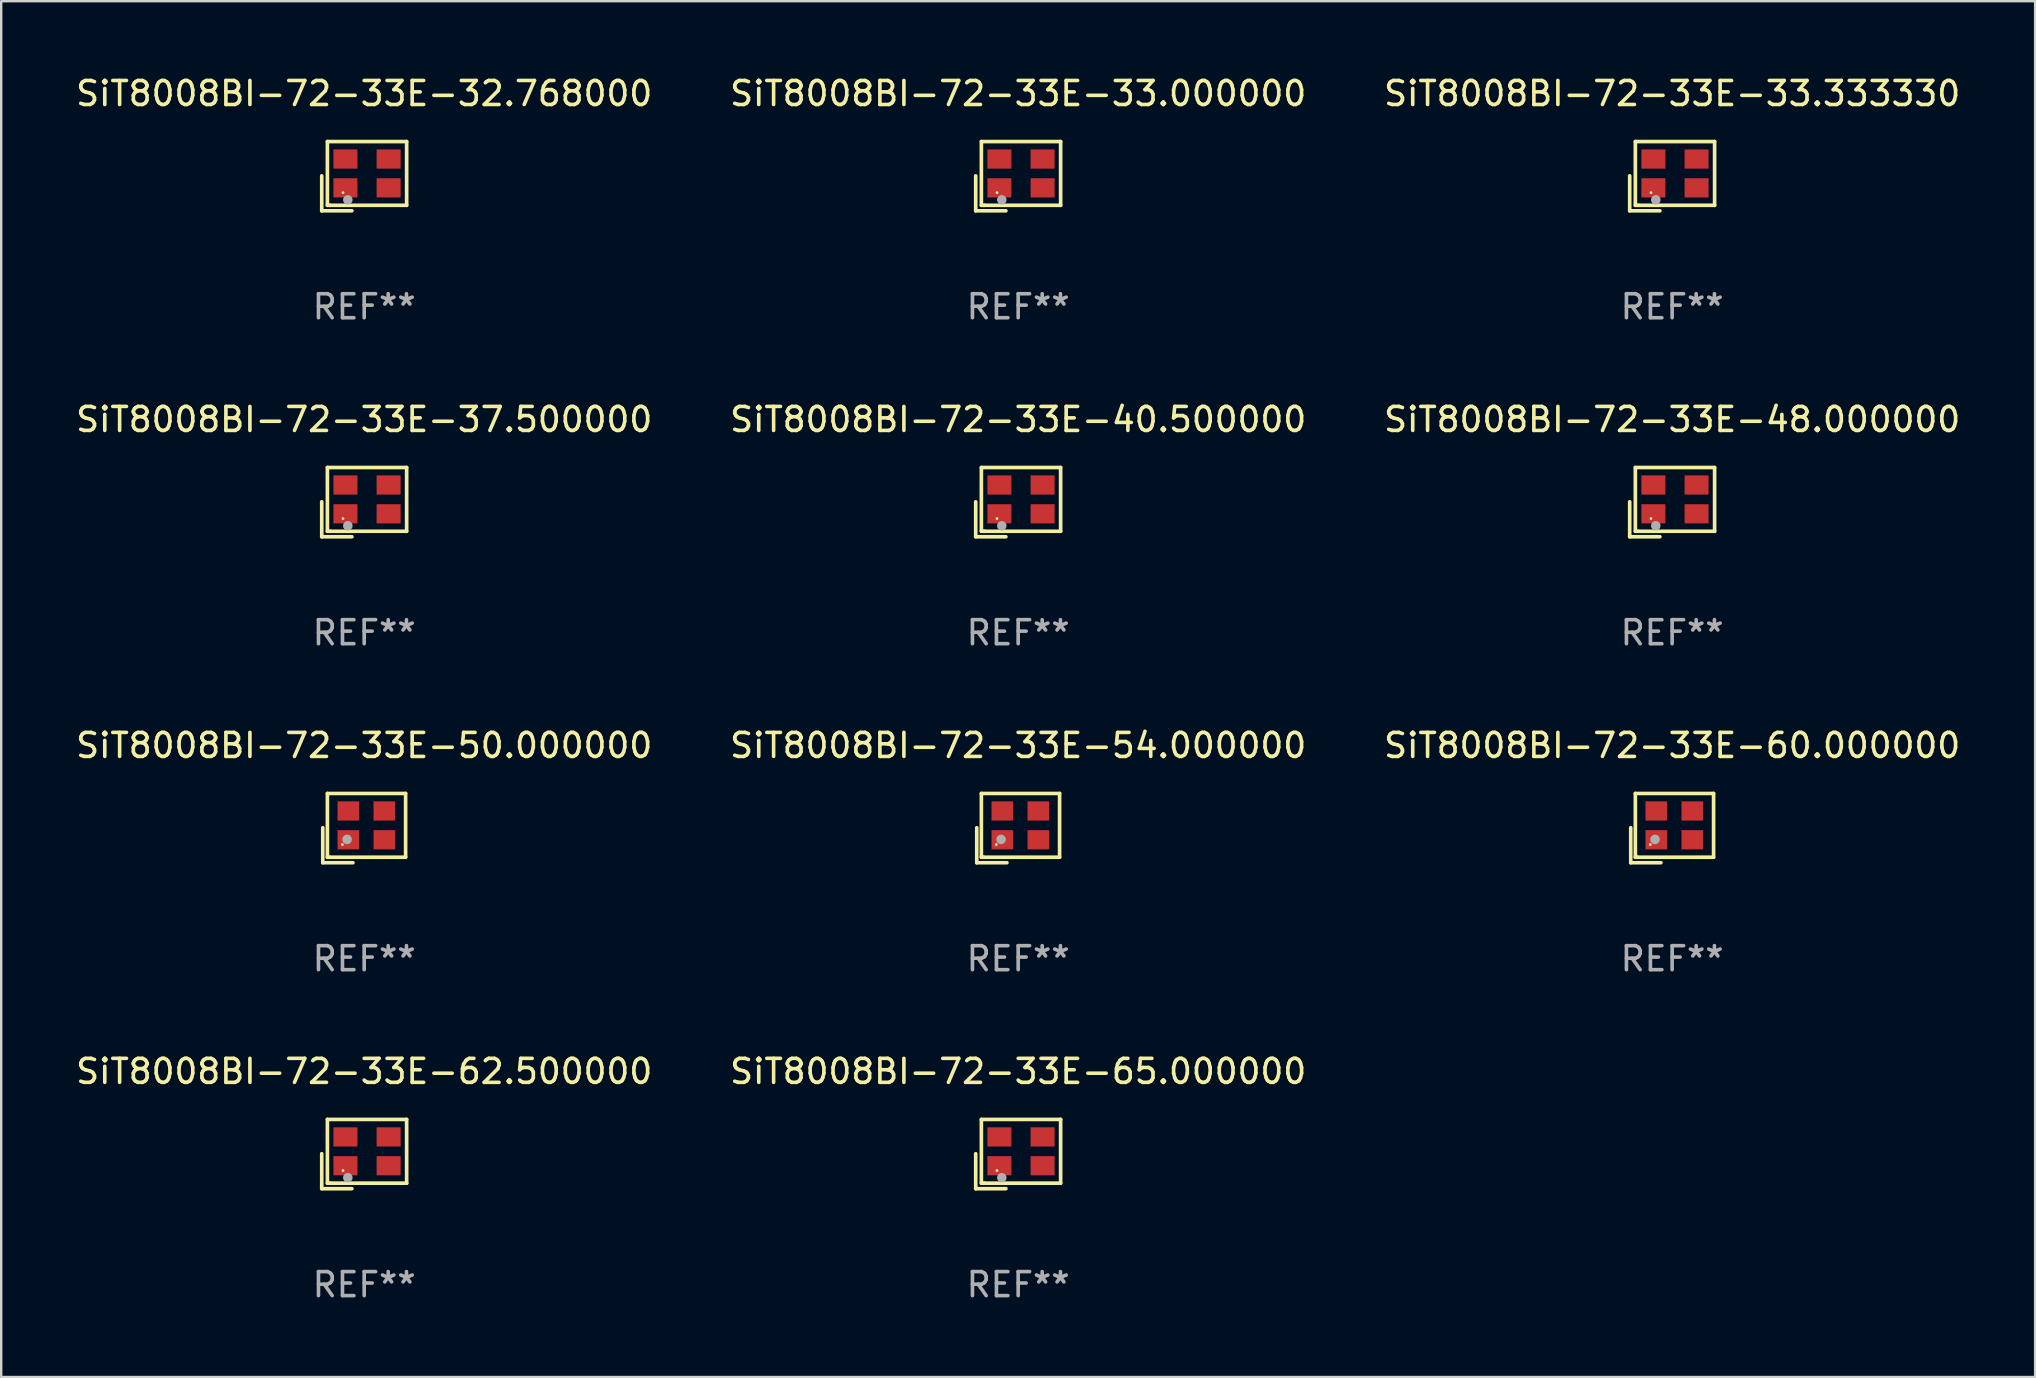
<source format=kicad_pcb>
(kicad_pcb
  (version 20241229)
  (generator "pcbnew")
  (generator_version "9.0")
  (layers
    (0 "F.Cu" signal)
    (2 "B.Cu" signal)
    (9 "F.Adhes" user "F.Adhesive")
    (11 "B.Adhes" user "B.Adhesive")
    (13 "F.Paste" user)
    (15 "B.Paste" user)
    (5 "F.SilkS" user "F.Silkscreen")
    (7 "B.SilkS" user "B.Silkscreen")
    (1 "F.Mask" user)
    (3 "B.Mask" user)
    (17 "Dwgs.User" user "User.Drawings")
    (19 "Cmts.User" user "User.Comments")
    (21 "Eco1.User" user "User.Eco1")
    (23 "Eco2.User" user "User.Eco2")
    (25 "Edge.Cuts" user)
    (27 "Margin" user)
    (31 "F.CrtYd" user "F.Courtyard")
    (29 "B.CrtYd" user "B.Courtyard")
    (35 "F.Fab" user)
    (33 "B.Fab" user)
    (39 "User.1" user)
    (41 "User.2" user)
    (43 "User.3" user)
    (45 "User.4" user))
  (footprint "SiT8008BI-72-33E-60.000000"
    (layer "F.Cu")
    (at 66.625 31.455)
    (property "Reference" "SiT8008BI-72-33E-60.000000" (at 0 -3.443 0) (layer "F.SilkS") (effects (font (size 1 1) (thickness 0.15))))
    (attr through_hole)
    (fp_line (start -1.726 -0.015) (end -1.726 1.443) (stroke (width 0.152) (type solid)) (layer "F.SilkS"))
    (fp_line (start -1.726 1.443) (end -0.469 1.443) (stroke (width 0.152) (type solid)) (layer "F.SilkS"))
    (fp_line (start -1.533 -1.443) (end 1.726 -1.443) (stroke (width 0.152) (type solid)) (layer "F.SilkS"))
    (fp_line (start -1.533 1.214) (end -1.533 -1.443) (stroke (width 0.152) (type solid)) (layer "F.SilkS"))
    (fp_line (start -1.439 1.214) (end -1.533 1.214) (stroke (width 0.152) (type solid)) (layer "F.SilkS"))
    (fp_line (start 1.726 -1.443) (end 1.726 1.214) (stroke (width 0.152) (type solid)) (layer "F.SilkS"))
    (fp_line (start 1.726 1.214) (end -1.439 1.214) (stroke (width 0.152) (type solid)) (layer "F.SilkS"))
    (fp_circle (center -0.91 0.686) (end -0.88 0.686) (stroke (width 0.06) (type solid)) (fill no) (layer "F.SilkS"))
    (fp_circle (center -0.713 0.472) (end -0.613 0.472) (stroke (width 0.2) (type solid)) (fill no) (layer "F.Fab"))
    (fp_text user "REF**" (at 0 5.443 0) (layer "F.Fab") (effects (font (size 1 1) (thickness 0.15))))
    (pad "1" smd rect (at -0.66 0.486) (size 0.9 0.8) (layers "F.Cu" "F.Mask" "F.Paste"))
    (pad "2" smd rect (at 0.84 0.486) (size 0.9 0.8) (layers "F.Cu" "F.Mask" "F.Paste"))
    (pad "3" smd rect (at 0.84 -0.714) (size 0.9 0.8) (layers "F.Cu" "F.Mask" "F.Paste"))
    (pad "4" smd rect (at -0.66 -0.714) (size 0.9 0.8) (layers "F.Cu" "F.Mask" "F.Paste")))
  (footprint "SiT8008BI-72-33E-33.333330"
    (layer "F.Cu")
    (at 66.625 4.291)
    (property "Reference" "SiT8008BI-72-33E-33.333330" (at 0 -3.443 0) (layer "F.SilkS") (effects (font (size 1 1) (thickness 0.15))))
    (attr through_hole)
    (fp_line (start -1.769 -0.014) (end -1.769 1.443) (stroke (width 0.152) (type solid)) (layer "F.SilkS"))
    (fp_line (start -1.769 1.443) (end -0.512 1.443) (stroke (width 0.152) (type solid)) (layer "F.SilkS"))
    (fp_line (start -1.533 -1.443) (end 1.769 -1.443) (stroke (width 0.152) (type solid)) (layer "F.SilkS"))
    (fp_line (start -1.533 1.214) (end -1.533 -1.443) (stroke (width 0.152) (type solid)) (layer "F.SilkS"))
    (fp_line (start -1.411 1.214) (end -1.533 1.214) (stroke (width 0.152) (type solid)) (layer "F.SilkS"))
    (fp_line (start 1.769 -1.443) (end 1.769 1.214) (stroke (width 0.152) (type solid)) (layer "F.SilkS"))
    (fp_line (start 1.769 1.214) (end -1.411 1.214) (stroke (width 0.152) (type solid)) (layer "F.SilkS"))
    (fp_circle (center -0.882 0.686) (end -0.852 0.686) (stroke (width 0.06) (type solid)) (fill no) (layer "F.SilkS"))
    (fp_circle (center -0.682 0.986) (end -0.582 0.986) (stroke (width 0.2) (type solid)) (fill no) (layer "F.Fab"))
    (fp_text user "REF**" (at 0 5.443 0) (layer "F.Fab") (effects (font (size 1 1) (thickness 0.15))))
    (pad "1" smd rect (at -0.782 0.486 90) (size 0.8 1) (layers "F.Cu" "F.Mask" "F.Paste"))
    (pad "2" smd rect (at 1.018 0.486 90) (size 0.8 1) (layers "F.Cu" "F.Mask" "F.Paste"))
    (pad "3" smd rect (at 1.018 -0.714 90) (size 0.8 1) (layers "F.Cu" "F.Mask" "F.Paste"))
    (pad "4" smd rect (at -0.782 -0.714 90) (size 0.8 1) (layers "F.Cu" "F.Mask" "F.Paste")))
  (footprint "SiT8008BI-72-33E-40.500000"
    (layer "F.Cu")
    (at 39.375 17.873)
    (property "Reference" "SiT8008BI-72-33E-40.500000" (at 0 -3.443 0) (layer "F.SilkS") (effects (font (size 1 1) (thickness 0.15))))
    (attr through_hole)
    (fp_line (start -1.769 -0.014) (end -1.769 1.443) (stroke (width 0.152) (type solid)) (layer "F.SilkS"))
    (fp_line (start -1.769 1.443) (end -0.512 1.443) (stroke (width 0.152) (type solid)) (layer "F.SilkS"))
    (fp_line (start -1.533 -1.443) (end 1.769 -1.443) (stroke (width 0.152) (type solid)) (layer "F.SilkS"))
    (fp_line (start -1.533 1.214) (end -1.533 -1.443) (stroke (width 0.152) (type solid)) (layer "F.SilkS"))
    (fp_line (start -1.411 1.214) (end -1.533 1.214) (stroke (width 0.152) (type solid)) (layer "F.SilkS"))
    (fp_line (start 1.769 -1.443) (end 1.769 1.214) (stroke (width 0.152) (type solid)) (layer "F.SilkS"))
    (fp_line (start 1.769 1.214) (end -1.411 1.214) (stroke (width 0.152) (type solid)) (layer "F.SilkS"))
    (fp_circle (center -0.882 0.686) (end -0.852 0.686) (stroke (width 0.06) (type solid)) (fill no) (layer "F.SilkS"))
    (fp_circle (center -0.682 0.986) (end -0.582 0.986) (stroke (width 0.2) (type solid)) (fill no) (layer "F.Fab"))
    (fp_text user "REF**" (at 0 5.443 0) (layer "F.Fab") (effects (font (size 1 1) (thickness 0.15))))
    (pad "1" smd rect (at -0.782 0.486 90) (size 0.8 1) (layers "F.Cu" "F.Mask" "F.Paste"))
    (pad "2" smd rect (at 1.018 0.486 90) (size 0.8 1) (layers "F.Cu" "F.Mask" "F.Paste"))
    (pad "3" smd rect (at 1.018 -0.714 90) (size 0.8 1) (layers "F.Cu" "F.Mask" "F.Paste"))
    (pad "4" smd rect (at -0.782 -0.714 90) (size 0.8 1) (layers "F.Cu" "F.Mask" "F.Paste")))
  (footprint "SiT8008BI-72-33E-62.500000"
    (layer "F.Cu")
    (at 12.125 45.037)
    (property "Reference" "SiT8008BI-72-33E-62.500000" (at 0 -3.443 0) (layer "F.SilkS") (effects (font (size 1 1) (thickness 0.15))))
    (attr through_hole)
    (fp_line (start -1.769 -0.014) (end -1.769 1.443) (stroke (width 0.152) (type solid)) (layer "F.SilkS"))
    (fp_line (start -1.769 1.443) (end -0.512 1.443) (stroke (width 0.152) (type solid)) (layer "F.SilkS"))
    (fp_line (start -1.533 -1.443) (end 1.769 -1.443) (stroke (width 0.152) (type solid)) (layer "F.SilkS"))
    (fp_line (start -1.533 1.214) (end -1.533 -1.443) (stroke (width 0.152) (type solid)) (layer "F.SilkS"))
    (fp_line (start -1.411 1.214) (end -1.533 1.214) (stroke (width 0.152) (type solid)) (layer "F.SilkS"))
    (fp_line (start 1.769 -1.443) (end 1.769 1.214) (stroke (width 0.152) (type solid)) (layer "F.SilkS"))
    (fp_line (start 1.769 1.214) (end -1.411 1.214) (stroke (width 0.152) (type solid)) (layer "F.SilkS"))
    (fp_circle (center -0.882 0.686) (end -0.852 0.686) (stroke (width 0.06) (type solid)) (fill no) (layer "F.SilkS"))
    (fp_circle (center -0.682 0.986) (end -0.582 0.986) (stroke (width 0.2) (type solid)) (fill no) (layer "F.Fab"))
    (fp_text user "REF**" (at 0 5.443 0) (layer "F.Fab") (effects (font (size 1 1) (thickness 0.15))))
    (pad "1" smd rect (at -0.782 0.486 90) (size 0.8 1) (layers "F.Cu" "F.Mask" "F.Paste"))
    (pad "2" smd rect (at 1.018 0.486 90) (size 0.8 1) (layers "F.Cu" "F.Mask" "F.Paste"))
    (pad "3" smd rect (at 1.018 -0.714 90) (size 0.8 1) (layers "F.Cu" "F.Mask" "F.Paste"))
    (pad "4" smd rect (at -0.782 -0.714 90) (size 0.8 1) (layers "F.Cu" "F.Mask" "F.Paste")))
  (footprint "SiT8008BI-72-33E-37.500000"
    (layer "F.Cu")
    (at 12.125 17.873)
    (property "Reference" "SiT8008BI-72-33E-37.500000" (at 0 -3.443 0) (layer "F.SilkS") (effects (font (size 1 1) (thickness 0.15))))
    (attr through_hole)
    (fp_line (start -1.769 -0.014) (end -1.769 1.443) (stroke (width 0.152) (type solid)) (layer "F.SilkS"))
    (fp_line (start -1.769 1.443) (end -0.512 1.443) (stroke (width 0.152) (type solid)) (layer "F.SilkS"))
    (fp_line (start -1.533 -1.443) (end 1.769 -1.443) (stroke (width 0.152) (type solid)) (layer "F.SilkS"))
    (fp_line (start -1.533 1.214) (end -1.533 -1.443) (stroke (width 0.152) (type solid)) (layer "F.SilkS"))
    (fp_line (start -1.411 1.214) (end -1.533 1.214) (stroke (width 0.152) (type solid)) (layer "F.SilkS"))
    (fp_line (start 1.769 -1.443) (end 1.769 1.214) (stroke (width 0.152) (type solid)) (layer "F.SilkS"))
    (fp_line (start 1.769 1.214) (end -1.411 1.214) (stroke (width 0.152) (type solid)) (layer "F.SilkS"))
    (fp_circle (center -0.882 0.686) (end -0.852 0.686) (stroke (width 0.06) (type solid)) (fill no) (layer "F.SilkS"))
    (fp_circle (center -0.682 0.986) (end -0.582 0.986) (stroke (width 0.2) (type solid)) (fill no) (layer "F.Fab"))
    (fp_text user "REF**" (at 0 5.443 0) (layer "F.Fab") (effects (font (size 1 1) (thickness 0.15))))
    (pad "1" smd rect (at -0.782 0.486 90) (size 0.8 1) (layers "F.Cu" "F.Mask" "F.Paste"))
    (pad "2" smd rect (at 1.018 0.486 90) (size 0.8 1) (layers "F.Cu" "F.Mask" "F.Paste"))
    (pad "3" smd rect (at 1.018 -0.714 90) (size 0.8 1) (layers "F.Cu" "F.Mask" "F.Paste"))
    (pad "4" smd rect (at -0.782 -0.714 90) (size 0.8 1) (layers "F.Cu" "F.Mask" "F.Paste")))
  (footprint "SiT8008BI-72-33E-50.000000"
    (layer "F.Cu")
    (at 12.125 31.455)
    (property "Reference" "SiT8008BI-72-33E-50.000000" (at 0 -3.443 0) (layer "F.SilkS") (effects (font (size 1 1) (thickness 0.15))))
    (attr through_hole)
    (fp_line (start -1.726 -0.015) (end -1.726 1.443) (stroke (width 0.152) (type solid)) (layer "F.SilkS"))
    (fp_line (start -1.726 1.443) (end -0.469 1.443) (stroke (width 0.152) (type solid)) (layer "F.SilkS"))
    (fp_line (start -1.533 -1.443) (end 1.726 -1.443) (stroke (width 0.152) (type solid)) (layer "F.SilkS"))
    (fp_line (start -1.533 1.214) (end -1.533 -1.443) (stroke (width 0.152) (type solid)) (layer "F.SilkS"))
    (fp_line (start -1.439 1.214) (end -1.533 1.214) (stroke (width 0.152) (type solid)) (layer "F.SilkS"))
    (fp_line (start 1.726 -1.443) (end 1.726 1.214) (stroke (width 0.152) (type solid)) (layer "F.SilkS"))
    (fp_line (start 1.726 1.214) (end -1.439 1.214) (stroke (width 0.152) (type solid)) (layer "F.SilkS"))
    (fp_circle (center -0.91 0.686) (end -0.88 0.686) (stroke (width 0.06) (type solid)) (fill no) (layer "F.SilkS"))
    (fp_circle (center -0.713 0.472) (end -0.613 0.472) (stroke (width 0.2) (type solid)) (fill no) (layer "F.Fab"))
    (fp_text user "REF**" (at 0 5.443 0) (layer "F.Fab") (effects (font (size 1 1) (thickness 0.15))))
    (pad "1" smd rect (at -0.66 0.486) (size 0.9 0.8) (layers "F.Cu" "F.Mask" "F.Paste"))
    (pad "2" smd rect (at 0.84 0.486) (size 0.9 0.8) (layers "F.Cu" "F.Mask" "F.Paste"))
    (pad "3" smd rect (at 0.84 -0.714) (size 0.9 0.8) (layers "F.Cu" "F.Mask" "F.Paste"))
    (pad "4" smd rect (at -0.66 -0.714) (size 0.9 0.8) (layers "F.Cu" "F.Mask" "F.Paste")))
  (footprint "SiT8008BI-72-33E-54.000000"
    (layer "F.Cu")
    (at 39.375 31.455)
    (property "Reference" "SiT8008BI-72-33E-54.000000" (at 0 -3.443 0) (layer "F.SilkS") (effects (font (size 1 1) (thickness 0.15))))
    (attr through_hole)
    (fp_line (start -1.726 -0.015) (end -1.726 1.443) (stroke (width 0.152) (type solid)) (layer "F.SilkS"))
    (fp_line (start -1.726 1.443) (end -0.469 1.443) (stroke (width 0.152) (type solid)) (layer "F.SilkS"))
    (fp_line (start -1.533 -1.443) (end 1.726 -1.443) (stroke (width 0.152) (type solid)) (layer "F.SilkS"))
    (fp_line (start -1.533 1.214) (end -1.533 -1.443) (stroke (width 0.152) (type solid)) (layer "F.SilkS"))
    (fp_line (start -1.439 1.214) (end -1.533 1.214) (stroke (width 0.152) (type solid)) (layer "F.SilkS"))
    (fp_line (start 1.726 -1.443) (end 1.726 1.214) (stroke (width 0.152) (type solid)) (layer "F.SilkS"))
    (fp_line (start 1.726 1.214) (end -1.439 1.214) (stroke (width 0.152) (type solid)) (layer "F.SilkS"))
    (fp_circle (center -0.91 0.686) (end -0.88 0.686) (stroke (width 0.06) (type solid)) (fill no) (layer "F.SilkS"))
    (fp_circle (center -0.713 0.472) (end -0.613 0.472) (stroke (width 0.2) (type solid)) (fill no) (layer "F.Fab"))
    (fp_text user "REF**" (at 0 5.443 0) (layer "F.Fab") (effects (font (size 1 1) (thickness 0.15))))
    (pad "1" smd rect (at -0.66 0.486) (size 0.9 0.8) (layers "F.Cu" "F.Mask" "F.Paste"))
    (pad "2" smd rect (at 0.84 0.486) (size 0.9 0.8) (layers "F.Cu" "F.Mask" "F.Paste"))
    (pad "3" smd rect (at 0.84 -0.714) (size 0.9 0.8) (layers "F.Cu" "F.Mask" "F.Paste"))
    (pad "4" smd rect (at -0.66 -0.714) (size 0.9 0.8) (layers "F.Cu" "F.Mask" "F.Paste")))
  (footprint "SiT8008BI-72-33E-65.000000"
    (layer "F.Cu")
    (at 39.375 45.037)
    (property "Reference" "SiT8008BI-72-33E-65.000000" (at 0 -3.443 0) (layer "F.SilkS") (effects (font (size 1 1) (thickness 0.15))))
    (attr through_hole)
    (fp_line (start -1.769 -0.014) (end -1.769 1.443) (stroke (width 0.152) (type solid)) (layer "F.SilkS"))
    (fp_line (start -1.769 1.443) (end -0.512 1.443) (stroke (width 0.152) (type solid)) (layer "F.SilkS"))
    (fp_line (start -1.533 -1.443) (end 1.769 -1.443) (stroke (width 0.152) (type solid)) (layer "F.SilkS"))
    (fp_line (start -1.533 1.214) (end -1.533 -1.443) (stroke (width 0.152) (type solid)) (layer "F.SilkS"))
    (fp_line (start -1.411 1.214) (end -1.533 1.214) (stroke (width 0.152) (type solid)) (layer "F.SilkS"))
    (fp_line (start 1.769 -1.443) (end 1.769 1.214) (stroke (width 0.152) (type solid)) (layer "F.SilkS"))
    (fp_line (start 1.769 1.214) (end -1.411 1.214) (stroke (width 0.152) (type solid)) (layer "F.SilkS"))
    (fp_circle (center -0.882 0.686) (end -0.852 0.686) (stroke (width 0.06) (type solid)) (fill no) (layer "F.SilkS"))
    (fp_circle (center -0.682 0.986) (end -0.582 0.986) (stroke (width 0.2) (type solid)) (fill no) (layer "F.Fab"))
    (fp_text user "REF**" (at 0 5.443 0) (layer "F.Fab") (effects (font (size 1 1) (thickness 0.15))))
    (pad "1" smd rect (at -0.782 0.486 90) (size 0.8 1) (layers "F.Cu" "F.Mask" "F.Paste"))
    (pad "2" smd rect (at 1.018 0.486 90) (size 0.8 1) (layers "F.Cu" "F.Mask" "F.Paste"))
    (pad "3" smd rect (at 1.018 -0.714 90) (size 0.8 1) (layers "F.Cu" "F.Mask" "F.Paste"))
    (pad "4" smd rect (at -0.782 -0.714 90) (size 0.8 1) (layers "F.Cu" "F.Mask" "F.Paste")))
  (footprint "SiT8008BI-72-33E-33.000000"
    (layer "F.Cu")
    (at 39.375 4.291)
    (property "Reference" "SiT8008BI-72-33E-33.000000" (at 0 -3.443 0) (layer "F.SilkS") (effects (font (size 1 1) (thickness 0.15))))
    (attr through_hole)
    (fp_line (start -1.769 -0.014) (end -1.769 1.443) (stroke (width 0.152) (type solid)) (layer "F.SilkS"))
    (fp_line (start -1.769 1.443) (end -0.512 1.443) (stroke (width 0.152) (type solid)) (layer "F.SilkS"))
    (fp_line (start -1.533 -1.443) (end 1.769 -1.443) (stroke (width 0.152) (type solid)) (layer "F.SilkS"))
    (fp_line (start -1.533 1.214) (end -1.533 -1.443) (stroke (width 0.152) (type solid)) (layer "F.SilkS"))
    (fp_line (start -1.411 1.214) (end -1.533 1.214) (stroke (width 0.152) (type solid)) (layer "F.SilkS"))
    (fp_line (start 1.769 -1.443) (end 1.769 1.214) (stroke (width 0.152) (type solid)) (layer "F.SilkS"))
    (fp_line (start 1.769 1.214) (end -1.411 1.214) (stroke (width 0.152) (type solid)) (layer "F.SilkS"))
    (fp_circle (center -0.882 0.686) (end -0.852 0.686) (stroke (width 0.06) (type solid)) (fill no) (layer "F.SilkS"))
    (fp_circle (center -0.682 0.986) (end -0.582 0.986) (stroke (width 0.2) (type solid)) (fill no) (layer "F.Fab"))
    (fp_text user "REF**" (at 0 5.443 0) (layer "F.Fab") (effects (font (size 1 1) (thickness 0.15))))
    (pad "1" smd rect (at -0.782 0.486 90) (size 0.8 1) (layers "F.Cu" "F.Mask" "F.Paste"))
    (pad "2" smd rect (at 1.018 0.486 90) (size 0.8 1) (layers "F.Cu" "F.Mask" "F.Paste"))
    (pad "3" smd rect (at 1.018 -0.714 90) (size 0.8 1) (layers "F.Cu" "F.Mask" "F.Paste"))
    (pad "4" smd rect (at -0.782 -0.714 90) (size 0.8 1) (layers "F.Cu" "F.Mask" "F.Paste")))
  (footprint "SiT8008BI-72-33E-48.000000"
    (layer "F.Cu")
    (at 66.625 17.873)
    (property "Reference" "SiT8008BI-72-33E-48.000000" (at 0 -3.443 0) (layer "F.SilkS") (effects (font (size 1 1) (thickness 0.15))))
    (attr through_hole)
    (fp_line (start -1.769 -0.014) (end -1.769 1.443) (stroke (width 0.152) (type solid)) (layer "F.SilkS"))
    (fp_line (start -1.769 1.443) (end -0.512 1.443) (stroke (width 0.152) (type solid)) (layer "F.SilkS"))
    (fp_line (start -1.533 -1.443) (end 1.769 -1.443) (stroke (width 0.152) (type solid)) (layer "F.SilkS"))
    (fp_line (start -1.533 1.214) (end -1.533 -1.443) (stroke (width 0.152) (type solid)) (layer "F.SilkS"))
    (fp_line (start -1.411 1.214) (end -1.533 1.214) (stroke (width 0.152) (type solid)) (layer "F.SilkS"))
    (fp_line (start 1.769 -1.443) (end 1.769 1.214) (stroke (width 0.152) (type solid)) (layer "F.SilkS"))
    (fp_line (start 1.769 1.214) (end -1.411 1.214) (stroke (width 0.152) (type solid)) (layer "F.SilkS"))
    (fp_circle (center -0.882 0.686) (end -0.852 0.686) (stroke (width 0.06) (type solid)) (fill no) (layer "F.SilkS"))
    (fp_circle (center -0.682 0.986) (end -0.582 0.986) (stroke (width 0.2) (type solid)) (fill no) (layer "F.Fab"))
    (fp_text user "REF**" (at 0 5.443 0) (layer "F.Fab") (effects (font (size 1 1) (thickness 0.15))))
    (pad "1" smd rect (at -0.782 0.486 90) (size 0.8 1) (layers "F.Cu" "F.Mask" "F.Paste"))
    (pad "2" smd rect (at 1.018 0.486 90) (size 0.8 1) (layers "F.Cu" "F.Mask" "F.Paste"))
    (pad "3" smd rect (at 1.018 -0.714 90) (size 0.8 1) (layers "F.Cu" "F.Mask" "F.Paste"))
    (pad "4" smd rect (at -0.782 -0.714 90) (size 0.8 1) (layers "F.Cu" "F.Mask" "F.Paste")))
  (footprint "SiT8008BI-72-33E-32.768000"
    (layer "F.Cu")
    (at 12.125 4.291)
    (property "Reference" "SiT8008BI-72-33E-32.768000" (at 0 -3.443 0) (layer "F.SilkS") (effects (font (size 1 1) (thickness 0.15))))
    (attr through_hole)
    (fp_line (start -1.769 -0.014) (end -1.769 1.443) (stroke (width 0.152) (type solid)) (layer "F.SilkS"))
    (fp_line (start -1.769 1.443) (end -0.512 1.443) (stroke (width 0.152) (type solid)) (layer "F.SilkS"))
    (fp_line (start -1.533 -1.443) (end 1.769 -1.443) (stroke (width 0.152) (type solid)) (layer "F.SilkS"))
    (fp_line (start -1.533 1.214) (end -1.533 -1.443) (stroke (width 0.152) (type solid)) (layer "F.SilkS"))
    (fp_line (start -1.411 1.214) (end -1.533 1.214) (stroke (width 0.152) (type solid)) (layer "F.SilkS"))
    (fp_line (start 1.769 -1.443) (end 1.769 1.214) (stroke (width 0.152) (type solid)) (layer "F.SilkS"))
    (fp_line (start 1.769 1.214) (end -1.411 1.214) (stroke (width 0.152) (type solid)) (layer "F.SilkS"))
    (fp_circle (center -0.882 0.686) (end -0.852 0.686) (stroke (width 0.06) (type solid)) (fill no) (layer "F.SilkS"))
    (fp_circle (center -0.682 0.986) (end -0.582 0.986) (stroke (width 0.2) (type solid)) (fill no) (layer "F.Fab"))
    (fp_text user "REF**" (at 0 5.443 0) (layer "F.Fab") (effects (font (size 1 1) (thickness 0.15))))
    (pad "1" smd rect (at -0.782 0.486 90) (size 0.8 1) (layers "F.Cu" "F.Mask" "F.Paste"))
    (pad "2" smd rect (at 1.018 0.486 90) (size 0.8 1) (layers "F.Cu" "F.Mask" "F.Paste"))
    (pad "3" smd rect (at 1.018 -0.714 90) (size 0.8 1) (layers "F.Cu" "F.Mask" "F.Paste"))
    (pad "4" smd rect (at -0.782 -0.714 90) (size 0.8 1) (layers "F.Cu" "F.Mask" "F.Paste")))
  (gr_rect
    (start -3 -3)
    (end 81.75 54.328)
    (stroke (width 0.1) (type default))
    (fill no)
    (layer "Edge.Cuts")))
</source>
